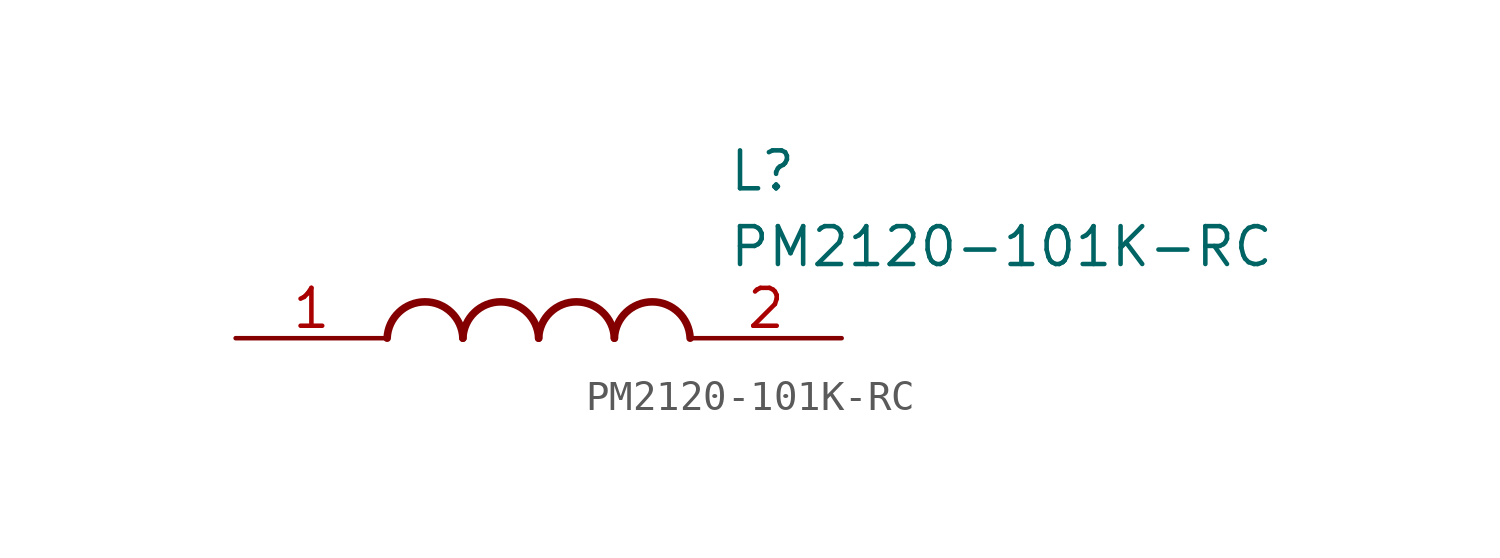
<source format=kicad_sym>
(kicad_symbol_lib
  (version 20211014)
  (generator SamacSys_ECAD_Model)
  (symbol "PM2120-101K-RC"
    (pin_names hide)
    (property "Reference" "L"
      (at 16.51 6.35 0)
      (effects (font (size 1.27 1.27)) (justify left top)))
    (property "Value" "PM2120-101K-RC"
      (at 16.51 3.81 0)
      (effects (font (size 1.27 1.27)) (justify left top)))
    (arc
      (start 7.62 0)
      (mid 6.35 1.219)
      (end 5.08 0)
      (stroke (width 0.254) (type default))
      (fill (type none)))
    (arc
      (start 10.16 0)
      (mid 8.89 1.219)
      (end 7.62 0)
      (stroke (width 0.254) (type default))
      (fill (type none)))
    (arc
      (start 12.7 0)
      (mid 11.43 1.219)
      (end 10.16 0)
      (stroke (width 0.254) (type default))
      (fill (type none)))
    (arc
      (start 15.24 0)
      (mid 13.97 1.219)
      (end 12.7 0)
      (stroke (width 0.254) (type default))
      (fill (type none)))
    (pin passive line
      (at 0 0 0)
      (length 5.08)
      (name "1" (effects (font (size 1.27 1.27))))
      (number "1" (effects (font (size 1.27 1.27)))))
    (pin passive line
      (at 20.32 0 180)
      (length 5.08)
      (name "2" (effects (font (size 1.27 1.27))))
      (number "2" (effects (font (size 1.27 1.27)))))))
</source>
